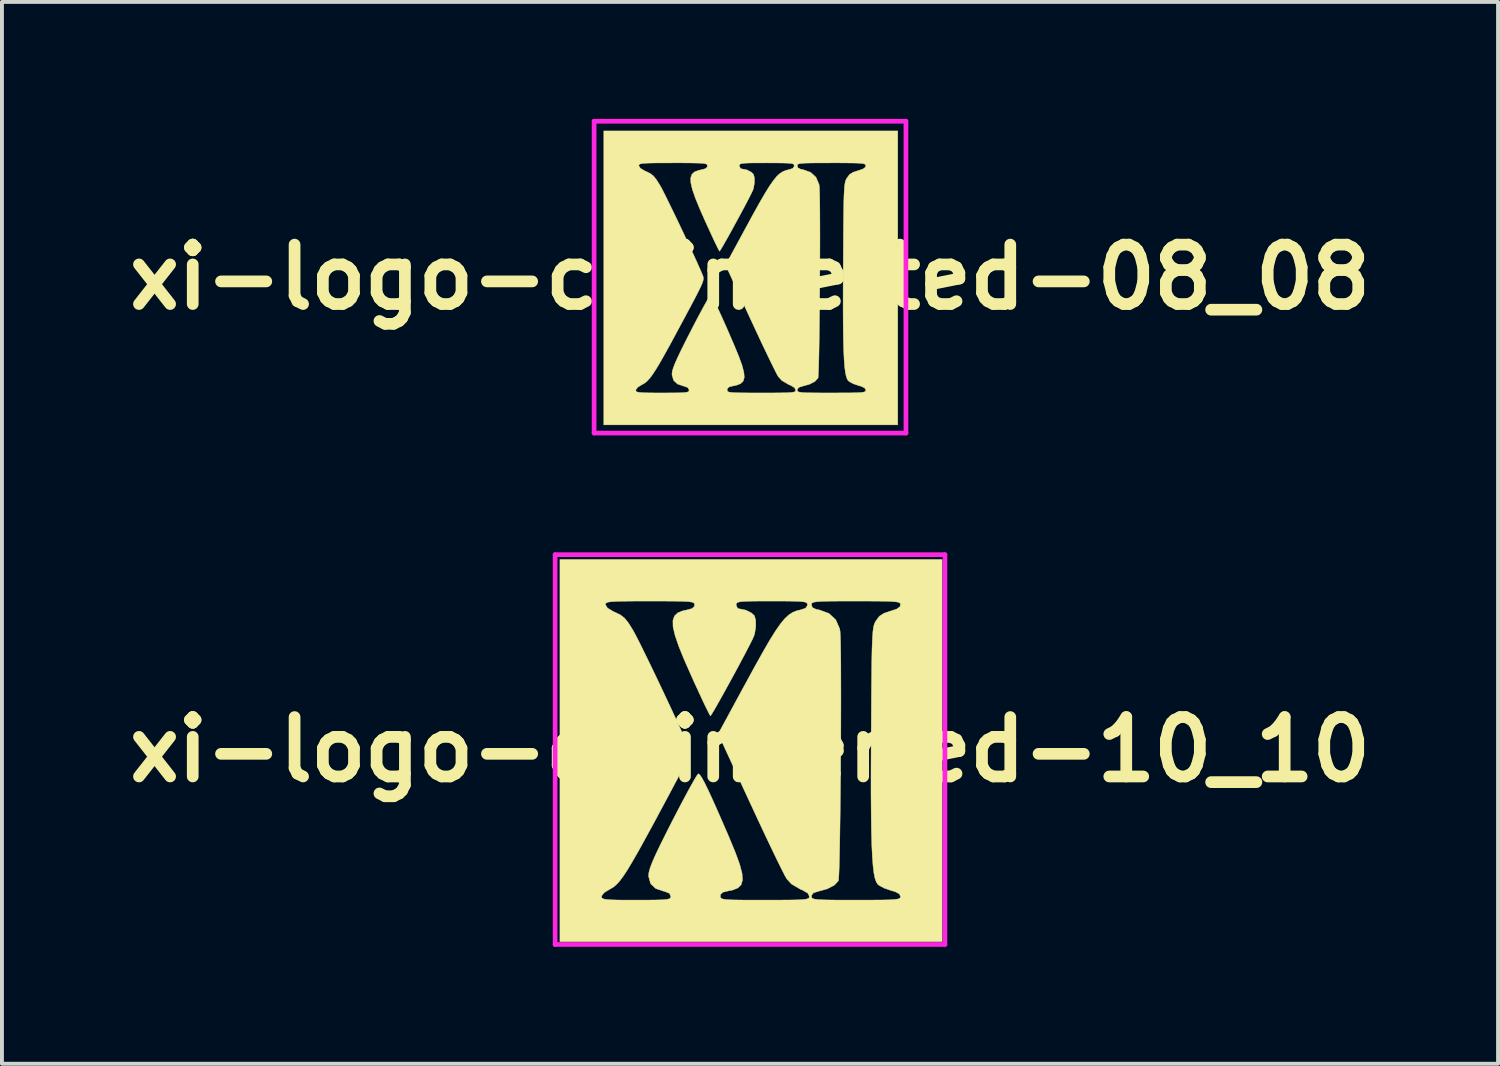
<source format=kicad_pcb>
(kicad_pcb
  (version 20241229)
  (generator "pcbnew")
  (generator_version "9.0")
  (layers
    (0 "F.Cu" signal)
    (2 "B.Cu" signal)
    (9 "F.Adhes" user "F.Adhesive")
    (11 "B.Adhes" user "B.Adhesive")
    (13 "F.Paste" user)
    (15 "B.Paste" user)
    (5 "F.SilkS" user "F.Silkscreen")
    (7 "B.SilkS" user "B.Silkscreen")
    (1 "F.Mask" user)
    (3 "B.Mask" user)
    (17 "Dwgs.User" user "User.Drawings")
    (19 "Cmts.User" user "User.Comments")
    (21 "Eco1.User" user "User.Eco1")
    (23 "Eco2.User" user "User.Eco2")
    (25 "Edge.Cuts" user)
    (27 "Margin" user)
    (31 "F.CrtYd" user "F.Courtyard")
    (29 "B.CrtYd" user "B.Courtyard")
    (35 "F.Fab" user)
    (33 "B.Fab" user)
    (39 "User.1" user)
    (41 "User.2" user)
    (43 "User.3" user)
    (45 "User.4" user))
  (footprint "xi-logo-c-inverted-10_10"
    (layer "F.Cu")
    (at 16.191 16.18)
    (property "Reference" "xi-logo-c-inverted-10_10" (at 0 0 0) (layer "F.SilkS") (effects (font (size 1.524 1.524) (thickness 0.3))))
    (attr through_hole)
    (fp_poly (pts (xy 4.928 4.928) (xy -4.877 4.928) (xy -4.877 3.772) (xy -3.81 3.772) (xy -3.802 3.804) (xy -3.771 3.827) (xy -3.701 3.843) (xy -3.579 3.853) (xy -3.391 3.859) (xy -3.124 3.861) (xy -2.921 3.861) (xy -2.601 3.86) (xy -2.368 3.857) (xy -2.209 3.851) (xy -2.11 3.839) (xy -2.057 3.821) (xy -2.035 3.794) (xy -2.032 3.765) (xy -2.067 3.688) (xy -2.183 3.641) (xy -2.206 3.636) (xy -2.421 3.564) (xy -2.551 3.439) (xy -2.601 3.257) (xy -2.602 3.224) (xy -2.592 3.14) (xy -2.56 3.026) (xy -2.5 2.871) (xy -2.408 2.665) (xy -2.279 2.397) (xy -2.108 2.056) (xy -1.994 1.831) (xy -1.828 1.511) (xy -1.676 1.223) (xy -1.543 0.978) (xy -1.436 0.787) (xy -1.362 0.664) (xy -1.328 0.621) (xy -1.295 0.638) (xy -1.242 0.713) (xy -1.166 0.85) (xy -1.066 1.055) (xy -0.937 1.336) (xy -0.777 1.697) (xy -0.582 2.145) (xy -0.535 2.255) (xy -0.377 2.637) (xy -0.267 2.939) (xy -0.205 3.171) (xy -0.192 3.344) (xy -0.227 3.467) (xy -0.311 3.55) (xy -0.445 3.603) (xy -0.56 3.626) (xy -0.696 3.66) (xy -0.755 3.714) (xy -0.762 3.76) (xy -0.758 3.792) (xy -0.739 3.817) (xy -0.691 3.835) (xy -0.603 3.847) (xy -0.462 3.855) (xy -0.256 3.859) (xy 0.028 3.861) (xy 0.381 3.861) (xy 0.75 3.86) (xy 1.03 3.858) (xy 1.233 3.854) (xy 1.372 3.846) (xy 1.457 3.833) (xy 1.503 3.815) (xy 1.521 3.79) (xy 1.524 3.766) (xy 1.482 3.684) (xy 1.349 3.606) (xy 1.294 3.584) (xy 1.062 3.448) (xy 0.941 3.315) (xy 0.892 3.229) (xy 0.807 3.061) (xy 0.69 2.824) (xy 0.548 2.529) (xy 0.385 2.187) (xy 0.208 1.81) (xy 0.022 1.409) (xy 0.001 1.365) (xy -0.816 -0.404) (xy -0.147 -1.637) (xy 0.106 -2.101) (xy 0.319 -2.483) (xy 0.497 -2.792) (xy 0.648 -3.035) (xy 0.777 -3.221) (xy 0.891 -3.359) (xy 0.995 -3.456) (xy 1.096 -3.521) (xy 1.2 -3.562) (xy 1.297 -3.585) (xy 1.426 -3.628) (xy 1.472 -3.699) (xy 1.473 -3.713) (xy 1.575 -3.713) (xy 1.601 -3.644) (xy 1.693 -3.6) (xy 1.788 -3.58) (xy 2.026 -3.493) (xy 2.199 -3.331) (xy 2.299 -3.104) (xy 2.31 -3.044) (xy 2.317 -2.943) (xy 2.323 -2.755) (xy 2.327 -2.491) (xy 2.33 -2.162) (xy 2.331 -1.777) (xy 2.332 -1.349) (xy 2.331 -0.887) (xy 2.33 -0.402) (xy 2.327 0.094) (xy 2.324 0.592) (xy 2.319 1.081) (xy 2.314 1.549) (xy 2.308 1.987) (xy 2.302 2.383) (xy 2.295 2.727) (xy 2.288 3.008) (xy 2.28 3.215) (xy 2.272 3.338) (xy 2.267 3.367) (xy 2.164 3.478) (xy 1.984 3.572) (xy 1.764 3.633) (xy 1.629 3.675) (xy 1.577 3.74) (xy 1.575 3.765) (xy 1.58 3.796) (xy 1.602 3.819) (xy 1.655 3.836) (xy 1.751 3.848) (xy 1.901 3.855) (xy 2.118 3.859) (xy 2.415 3.861) (xy 2.718 3.861) (xy 3.087 3.86) (xy 3.368 3.858) (xy 3.571 3.854) (xy 3.709 3.845) (xy 3.795 3.833) (xy 3.841 3.814) (xy 3.859 3.79) (xy 3.861 3.769) (xy 3.829 3.701) (xy 3.724 3.646) (xy 3.612 3.613) (xy 3.447 3.556) (xy 3.315 3.486) (xy 3.275 3.453) (xy 3.238 3.393) (xy 3.205 3.3) (xy 3.178 3.165) (xy 3.156 2.983) (xy 3.138 2.747) (xy 3.124 2.451) (xy 3.114 2.087) (xy 3.108 1.65) (xy 3.104 1.132) (xy 3.104 0.528) (xy 3.107 -0.17) (xy 3.108 -0.356) (xy 3.112 -0.957) (xy 3.115 -1.465) (xy 3.119 -1.888) (xy 3.123 -2.235) (xy 3.128 -2.515) (xy 3.135 -2.735) (xy 3.143 -2.904) (xy 3.153 -3.031) (xy 3.165 -3.125) (xy 3.18 -3.192) (xy 3.198 -3.243) (xy 3.219 -3.286) (xy 3.229 -3.302) (xy 3.318 -3.421) (xy 3.437 -3.498) (xy 3.597 -3.551) (xy 3.762 -3.605) (xy 3.843 -3.662) (xy 3.861 -3.716) (xy 3.856 -3.746) (xy 3.832 -3.769) (xy 3.777 -3.786) (xy 3.679 -3.797) (xy 3.525 -3.805) (xy 3.304 -3.808) (xy 3.002 -3.81) (xy 2.718 -3.81) (xy 2.349 -3.81) (xy 2.069 -3.808) (xy 1.866 -3.803) (xy 1.728 -3.795) (xy 1.642 -3.783) (xy 1.596 -3.765) (xy 1.578 -3.74) (xy 1.575 -3.713) (xy 1.473 -3.713) (xy 1.473 -3.714) (xy 1.468 -3.748) (xy 1.442 -3.773) (xy 1.382 -3.79) (xy 1.275 -3.801) (xy 1.106 -3.807) (xy 0.862 -3.81) (xy 0.559 -3.81) (xy 0.234 -3.81) (xy -0.004 -3.807) (xy -0.167 -3.801) (xy -0.27 -3.79) (xy -0.326 -3.772) (xy -0.35 -3.747) (xy -0.356 -3.711) (xy -0.356 -3.708) (xy -0.32 -3.624) (xy -0.251 -3.607) (xy -0.106 -3.577) (xy 0.037 -3.505) (xy 0.114 -3.434) (xy 0.145 -3.322) (xy 0.148 -3.158) (xy 0.121 -2.984) (xy 0.099 -2.912) (xy 0.059 -2.823) (xy -0.019 -2.668) (xy -0.125 -2.464) (xy -0.252 -2.225) (xy -0.391 -1.966) (xy -0.534 -1.704) (xy -0.672 -1.453) (xy -0.798 -1.228) (xy -0.902 -1.045) (xy -0.977 -0.919) (xy -1.014 -0.865) (xy -1.016 -0.864) (xy -1.043 -0.909) (xy -1.106 -1.033) (xy -1.197 -1.222) (xy -1.31 -1.465) (xy -1.44 -1.747) (xy -1.494 -1.868) (xy -1.686 -2.301) (xy -1.829 -2.653) (xy -1.925 -2.934) (xy -1.975 -3.151) (xy -1.978 -3.314) (xy -1.937 -3.43) (xy -1.851 -3.51) (xy -1.721 -3.561) (xy -1.627 -3.581) (xy -1.488 -3.618) (xy -1.429 -3.673) (xy -1.422 -3.713) (xy -1.427 -3.744) (xy -1.449 -3.768) (xy -1.5 -3.785) (xy -1.594 -3.797) (xy -1.742 -3.804) (xy -1.956 -3.808) (xy -2.25 -3.81) (xy -2.565 -3.81) (xy -2.935 -3.81) (xy -3.215 -3.807) (xy -3.419 -3.803) (xy -3.557 -3.795) (xy -3.643 -3.782) (xy -3.689 -3.763) (xy -3.706 -3.739) (xy -3.708 -3.718) (xy -3.659 -3.634) (xy -3.51 -3.544) (xy -3.461 -3.522) (xy -3.324 -3.455) (xy -3.218 -3.372) (xy -3.118 -3.248) (xy -3.004 -3.065) (xy -2.936 -2.94) (xy -2.833 -2.739) (xy -2.704 -2.477) (xy -2.554 -2.17) (xy -2.392 -1.833) (xy -2.226 -1.482) (xy -2.062 -1.133) (xy -1.908 -0.802) (xy -1.772 -0.505) (xy -1.661 -0.256) (xy -1.582 -0.072) (xy -1.579 -0.065) (xy -1.561 -0.014) (xy -1.553 0.038) (xy -1.561 0.102) (xy -1.588 0.189) (xy -1.64 0.311) (xy -1.722 0.479) (xy -1.837 0.702) (xy -1.992 0.994) (xy -2.186 1.358) (xy -2.451 1.852) (xy -2.675 2.263) (xy -2.861 2.601) (xy -3.017 2.872) (xy -3.145 3.086) (xy -3.253 3.25) (xy -3.344 3.372) (xy -3.424 3.46) (xy -3.498 3.523) (xy -3.571 3.568) (xy -3.594 3.58) (xy -3.739 3.668) (xy -3.807 3.753) (xy -3.81 3.772) (xy -4.877 3.772) (xy -4.877 -4.877) (xy 4.928 -4.877) (xy 4.928 4.928)) (stroke (width 0.01) (type solid)) (fill yes) (layer "F.SilkS"))
    (fp_line (start -5 -5) (end 5 -5) (stroke (width 0.12) (type solid)) (layer "F.CrtYd"))
    (fp_line (start -5 5) (end -5 -5) (stroke (width 0.12) (type solid)) (layer "F.CrtYd"))
    (fp_line (start 5 -5) (end 5 5) (stroke (width 0.12) (type solid)) (layer "F.CrtYd"))
    (fp_line (start 5 5) (end -5 5) (stroke (width 0.12) (type solid)) (layer "F.CrtYd")))
  (footprint "xi-logo-c-inverted-08_08"
    (layer "F.Cu")
    (at 16.191 4.06)
    (property "Reference" "xi-logo-c-inverted-08_08" (at 0 0 0) (layer "F.SilkS") (effects (font (size 1.524 1.524) (thickness 0.3))))
    (attr through_hole)
    (fp_poly (pts (xy 3.79 3.79) (xy -3.751 3.79) (xy -3.751 2.901) (xy -2.931 2.901) (xy -2.925 2.926) (xy -2.9 2.944) (xy -2.847 2.956) (xy -2.753 2.964) (xy -2.609 2.968) (xy -2.403 2.97) (xy -2.247 2.97) (xy -2.001 2.969) (xy -1.822 2.967) (xy -1.699 2.962) (xy -1.623 2.953) (xy -1.582 2.939) (xy -1.566 2.918) (xy -1.563 2.896) (xy -1.59 2.837) (xy -1.679 2.801) (xy -1.697 2.797) (xy -1.862 2.741) (xy -1.962 2.646) (xy -2.001 2.506) (xy -2.002 2.48) (xy -1.994 2.415) (xy -1.969 2.328) (xy -1.923 2.209) (xy -1.852 2.05) (xy -1.753 1.844) (xy -1.622 1.582) (xy -1.533 1.408) (xy -1.407 1.163) (xy -1.289 0.941) (xy -1.187 0.752) (xy -1.105 0.606) (xy -1.048 0.511) (xy -1.022 0.477) (xy -0.996 0.491) (xy -0.955 0.548) (xy -0.897 0.654) (xy -0.82 0.812) (xy -0.721 1.027) (xy -0.597 1.305) (xy -0.448 1.65) (xy -0.411 1.735) (xy -0.29 2.028) (xy -0.205 2.261) (xy -0.158 2.44) (xy -0.147 2.572) (xy -0.175 2.667) (xy -0.24 2.731) (xy -0.342 2.771) (xy -0.431 2.79) (xy -0.536 2.816) (xy -0.58 2.857) (xy -0.586 2.892) (xy -0.583 2.917) (xy -0.568 2.936) (xy -0.532 2.95) (xy -0.464 2.959) (xy -0.355 2.965) (xy -0.197 2.968) (xy 0.021 2.97) (xy 0.293 2.97) (xy 0.577 2.97) (xy 0.793 2.968) (xy 0.949 2.965) (xy 1.055 2.958) (xy 1.121 2.949) (xy 1.156 2.935) (xy 1.17 2.915) (xy 1.172 2.897) (xy 1.14 2.834) (xy 1.038 2.774) (xy 0.995 2.757) (xy 0.817 2.653) (xy 0.724 2.55) (xy 0.686 2.484) (xy 0.621 2.355) (xy 0.531 2.173) (xy 0.422 1.946) (xy 0.296 1.683) (xy 0.16 1.392) (xy 0.017 1.084) (xy 0.001 1.05) (xy -0.627 -0.311) (xy -0.113 -1.259) (xy 0.081 -1.616) (xy 0.245 -1.91) (xy 0.383 -2.148) (xy 0.499 -2.335) (xy 0.598 -2.478) (xy 0.685 -2.584) (xy 0.765 -2.658) (xy 0.843 -2.708) (xy 0.923 -2.74) (xy 0.998 -2.758) (xy 1.097 -2.791) (xy 1.133 -2.845) (xy 1.133 -2.856) (xy 1.211 -2.856) (xy 1.231 -2.803) (xy 1.302 -2.769) (xy 1.375 -2.754) (xy 1.558 -2.687) (xy 1.692 -2.563) (xy 1.768 -2.388) (xy 1.777 -2.341) (xy 1.782 -2.264) (xy 1.787 -2.119) (xy 1.79 -1.916) (xy 1.792 -1.663) (xy 1.793 -1.367) (xy 1.794 -1.037) (xy 1.793 -0.682) (xy 1.792 -0.309) (xy 1.79 0.073) (xy 1.787 0.456) (xy 1.784 0.831) (xy 1.78 1.192) (xy 1.776 1.528) (xy 1.771 1.833) (xy 1.766 2.098) (xy 1.76 2.314) (xy 1.754 2.473) (xy 1.748 2.568) (xy 1.744 2.59) (xy 1.665 2.676) (xy 1.526 2.748) (xy 1.357 2.795) (xy 1.253 2.827) (xy 1.213 2.877) (xy 1.211 2.896) (xy 1.215 2.92) (xy 1.233 2.938) (xy 1.273 2.951) (xy 1.347 2.96) (xy 1.462 2.966) (xy 1.629 2.968) (xy 1.857 2.97) (xy 2.091 2.97) (xy 2.375 2.969) (xy 2.591 2.968) (xy 2.747 2.964) (xy 2.853 2.958) (xy 2.919 2.948) (xy 2.954 2.934) (xy 2.968 2.915) (xy 2.97 2.899) (xy 2.946 2.847) (xy 2.865 2.805) (xy 2.778 2.779) (xy 2.652 2.736) (xy 2.55 2.681) (xy 2.519 2.656) (xy 2.49 2.61) (xy 2.466 2.538) (xy 2.445 2.435) (xy 2.427 2.295) (xy 2.414 2.113) (xy 2.403 1.885) (xy 2.395 1.606) (xy 2.39 1.269) (xy 2.388 0.871) (xy 2.388 0.406) (xy 2.39 -0.13) (xy 2.391 -0.274) (xy 2.394 -0.736) (xy 2.396 -1.127) (xy 2.399 -1.452) (xy 2.402 -1.719) (xy 2.406 -1.934) (xy 2.411 -2.104) (xy 2.418 -2.234) (xy 2.425 -2.332) (xy 2.435 -2.404) (xy 2.446 -2.456) (xy 2.46 -2.495) (xy 2.476 -2.528) (xy 2.484 -2.54) (xy 2.552 -2.632) (xy 2.644 -2.69) (xy 2.767 -2.731) (xy 2.894 -2.773) (xy 2.956 -2.817) (xy 2.97 -2.858) (xy 2.966 -2.882) (xy 2.947 -2.899) (xy 2.905 -2.912) (xy 2.83 -2.921) (xy 2.712 -2.927) (xy 2.541 -2.929) (xy 2.309 -2.931) (xy 2.091 -2.931) (xy 1.807 -2.93) (xy 1.591 -2.929) (xy 1.435 -2.926) (xy 1.329 -2.92) (xy 1.263 -2.91) (xy 1.228 -2.896) (xy 1.214 -2.877) (xy 1.211 -2.856) (xy 1.133 -2.856) (xy 1.133 -2.857) (xy 1.129 -2.883) (xy 1.109 -2.902) (xy 1.063 -2.916) (xy 0.98 -2.924) (xy 0.851 -2.928) (xy 0.663 -2.93) (xy 0.43 -2.931) (xy 0.18 -2.93) (xy -0.003 -2.929) (xy -0.128 -2.924) (xy -0.208 -2.915) (xy -0.251 -2.902) (xy -0.27 -2.882) (xy -0.274 -2.855) (xy -0.274 -2.853) (xy -0.246 -2.788) (xy -0.193 -2.774) (xy -0.081 -2.752) (xy 0.028 -2.696) (xy 0.087 -2.642) (xy 0.112 -2.556) (xy 0.114 -2.429) (xy 0.093 -2.296) (xy 0.076 -2.24) (xy 0.045 -2.171) (xy -0.014 -2.053) (xy -0.096 -1.895) (xy -0.194 -1.711) (xy -0.301 -1.513) (xy -0.411 -1.311) (xy -0.517 -1.117) (xy -0.614 -0.944) (xy -0.694 -0.804) (xy -0.752 -0.707) (xy -0.78 -0.666) (xy -0.782 -0.665) (xy -0.803 -0.699) (xy -0.851 -0.794) (xy -0.921 -0.94) (xy -1.008 -1.127) (xy -1.107 -1.344) (xy -1.15 -1.437) (xy -1.297 -1.77) (xy -1.407 -2.041) (xy -1.481 -2.257) (xy -1.519 -2.424) (xy -1.522 -2.549) (xy -1.49 -2.639) (xy -1.424 -2.7) (xy -1.324 -2.739) (xy -1.251 -2.755) (xy -1.145 -2.783) (xy -1.099 -2.825) (xy -1.094 -2.856) (xy -1.098 -2.88) (xy -1.115 -2.898) (xy -1.154 -2.912) (xy -1.226 -2.921) (xy -1.34 -2.926) (xy -1.505 -2.929) (xy -1.731 -2.931) (xy -1.973 -2.931) (xy -2.258 -2.93) (xy -2.473 -2.929) (xy -2.63 -2.925) (xy -2.736 -2.919) (xy -2.802 -2.909) (xy -2.837 -2.895) (xy -2.851 -2.876) (xy -2.853 -2.86) (xy -2.815 -2.795) (xy -2.7 -2.726) (xy -2.662 -2.71) (xy -2.557 -2.658) (xy -2.476 -2.594) (xy -2.399 -2.498) (xy -2.311 -2.358) (xy -2.258 -2.262) (xy -2.179 -2.107) (xy -2.08 -1.905) (xy -1.965 -1.669) (xy -1.84 -1.41) (xy -1.712 -1.14) (xy -1.586 -0.872) (xy -1.468 -0.617) (xy -1.363 -0.388) (xy -1.278 -0.197) (xy -1.217 -0.056) (xy -1.215 -0.05) (xy -1.201 -0.011) (xy -1.195 0.029) (xy -1.201 0.078) (xy -1.222 0.146) (xy -1.262 0.239) (xy -1.325 0.368) (xy -1.413 0.54) (xy -1.532 0.764) (xy -1.682 1.044) (xy -1.886 1.424) (xy -2.057 1.741) (xy -2.201 2.001) (xy -2.32 2.21) (xy -2.419 2.374) (xy -2.502 2.5) (xy -2.572 2.594) (xy -2.634 2.662) (xy -2.691 2.71) (xy -2.747 2.745) (xy -2.765 2.753) (xy -2.876 2.821) (xy -2.928 2.887) (xy -2.931 2.901) (xy -3.751 2.901) (xy -3.751 -3.751) (xy 3.79 -3.751) (xy 3.79 3.79)) (stroke (width 0.01) (type solid)) (fill yes) (layer "F.SilkS"))
    (fp_line (start -4 -4) (end 4 -4) (stroke (width 0.12) (type solid)) (layer "F.CrtYd"))
    (fp_line (start -4 4) (end -4 -4) (stroke (width 0.12) (type solid)) (layer "F.CrtYd"))
    (fp_line (start 4 -4) (end 4 4) (stroke (width 0.12) (type solid)) (layer "F.CrtYd"))
    (fp_line (start 4 4) (end -4 4) (stroke (width 0.12) (type solid)) (layer "F.CrtYd")))
  (gr_rect
    (start -3 -3)
    (end 35.381 24.24)
    (stroke (width 0.1) (type default))
    (fill no)
    (layer "Edge.Cuts")))
</source>
